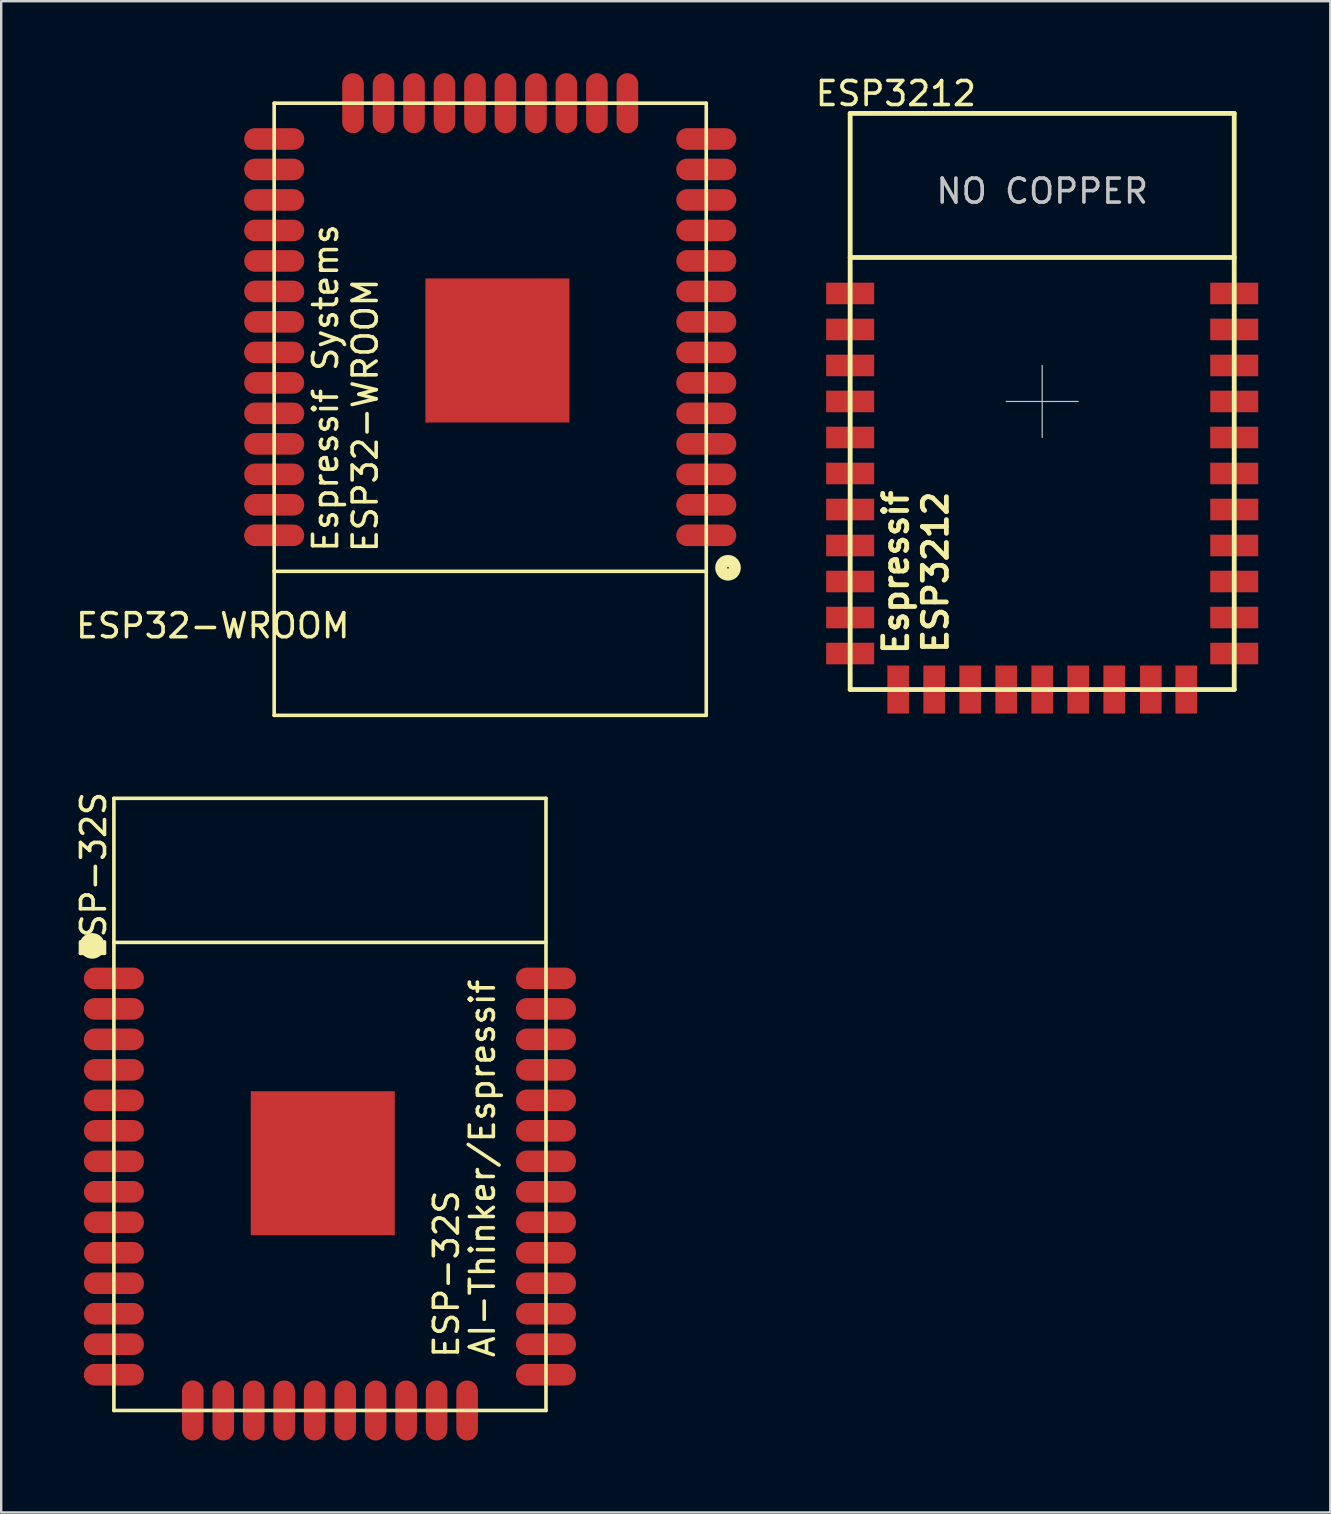
<source format=kicad_pcb>
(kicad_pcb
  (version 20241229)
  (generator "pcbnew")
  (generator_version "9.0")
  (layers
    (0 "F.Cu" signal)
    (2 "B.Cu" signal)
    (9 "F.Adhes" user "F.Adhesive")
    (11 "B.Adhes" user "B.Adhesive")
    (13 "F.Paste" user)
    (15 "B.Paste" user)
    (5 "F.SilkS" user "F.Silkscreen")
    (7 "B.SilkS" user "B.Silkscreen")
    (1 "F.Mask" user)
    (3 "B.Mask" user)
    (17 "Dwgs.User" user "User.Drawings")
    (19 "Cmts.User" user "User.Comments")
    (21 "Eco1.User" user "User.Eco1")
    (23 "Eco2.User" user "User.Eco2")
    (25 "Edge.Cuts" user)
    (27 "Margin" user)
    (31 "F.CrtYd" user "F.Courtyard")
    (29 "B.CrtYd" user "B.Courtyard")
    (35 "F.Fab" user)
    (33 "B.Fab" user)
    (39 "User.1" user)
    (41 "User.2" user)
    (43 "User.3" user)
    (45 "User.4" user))
  (footprint "ESP3212"
    (layer "F.Cu")
    (at 40.367 13.675)
    (property "Reference" "ESP3212" (at -6.096 -12.827 0) (layer "F.SilkS") (effects (font (size 1 1) (thickness 0.15))))
    (attr through_hole)
    (fp_line (start -8 -12) (end 8 -12) (stroke (width 0.2) (type solid)) (layer "F.SilkS"))
    (fp_line (start -8 -6) (end 8 -6) (stroke (width 0.2) (type solid)) (layer "F.SilkS"))
    (fp_line (start -8 12) (end -8 -12) (stroke (width 0.2) (type solid)) (layer "F.SilkS"))
    (fp_line (start 8 -12) (end 8 12) (stroke (width 0.2) (type solid)) (layer "F.SilkS"))
    (fp_line (start 8 12) (end -8 12) (stroke (width 0.2) (type solid)) (layer "F.SilkS"))
    (fp_line (start 0 -1.5) (end 0 1.5) (stroke (width 0.05) (type solid)) (layer "Dwgs.User"))
    (fp_line (start 1.5 0) (end -1.5 0) (stroke (width 0.05) (type solid)) (layer "Dwgs.User"))
    (fp_text user "ESP3212" (at -4.445 7.112 90) (layer "F.SilkS") (effects (font (size 1 1) (thickness 0.2))))
    (fp_text user "Espressif" (at -6.096 7.112 90) (layer "F.SilkS") (effects (font (size 1 1) (thickness 0.2))))
    (fp_text user "NO COPPER" (at 0 -8.763 0) (layer "Dwgs.User") (effects (font (size 1 1) (thickness 0.15))))
    (pad "1" smd rect (at -8 -4.5) (size 2 0.9) (layers "F.Cu" "F.Mask" "F.Paste"))
    (pad "2" smd rect (at -8 -3) (size 2 0.9) (layers "F.Cu" "F.Mask" "F.Paste"))
    (pad "3" smd rect (at -8 -1.5) (size 2 0.9) (layers "F.Cu" "F.Mask" "F.Paste"))
    (pad "4" smd rect (at -8 0) (size 2 0.9) (layers "F.Cu" "F.Mask" "F.Paste"))
    (pad "5" smd rect (at -8 1.5) (size 2 0.9) (layers "F.Cu" "F.Mask" "F.Paste"))
    (pad "6" smd rect (at -8 3) (size 2 0.9) (layers "F.Cu" "F.Mask" "F.Paste"))
    (pad "7" smd rect (at -8 4.5) (size 2 0.9) (layers "F.Cu" "F.Mask" "F.Paste"))
    (pad "8" smd rect (at -8 6) (size 2 0.9) (layers "F.Cu" "F.Mask" "F.Paste"))
    (pad "9" smd rect (at -8 7.5) (size 2 0.9) (layers "F.Cu" "F.Mask" "F.Paste"))
    (pad "10" smd rect (at -8 9) (size 2 0.9) (layers "F.Cu" "F.Mask" "F.Paste"))
    (pad "11" smd rect (at -8 10.5) (size 2 0.9) (layers "F.Cu" "F.Mask" "F.Paste"))
    (pad "12" smd rect (at -6 12) (size 0.9 2) (layers "F.Cu" "F.Mask" "F.Paste"))
    (pad "13" smd rect (at -4.5 12) (size 0.9 2) (layers "F.Cu" "F.Mask" "F.Paste"))
    (pad "14" smd rect (at -3 12) (size 0.9 2) (layers "F.Cu" "F.Mask" "F.Paste"))
    (pad "15" smd rect (at -1.5 12) (size 0.9 2) (layers "F.Cu" "F.Mask" "F.Paste"))
    (pad "16" smd rect (at 0 12) (size 0.9 2) (layers "F.Cu" "F.Mask" "F.Paste"))
    (pad "17" smd rect (at 1.5 12) (size 0.9 2) (layers "F.Cu" "F.Mask" "F.Paste"))
    (pad "18" smd rect (at 3 12) (size 0.9 2) (layers "F.Cu" "F.Mask" "F.Paste"))
    (pad "19" smd rect (at 4.524 12) (size 0.9 2) (layers "F.Cu" "F.Mask" "F.Paste"))
    (pad "20" smd rect (at 6 12) (size 0.9 2) (layers "F.Cu" "F.Mask" "F.Paste"))
    (pad "21" smd rect (at 8 10.5) (size 2 0.9) (layers "F.Cu" "F.Mask" "F.Paste"))
    (pad "22" smd rect (at 8 9) (size 2 0.9) (layers "F.Cu" "F.Mask" "F.Paste"))
    (pad "23" smd rect (at 8 7.5) (size 2 0.9) (layers "F.Cu" "F.Mask" "F.Paste"))
    (pad "24" smd rect (at 8 6) (size 2 0.9) (layers "F.Cu" "F.Mask" "F.Paste"))
    (pad "25" smd rect (at 8.001 4.5) (size 2 0.9) (layers "F.Cu" "F.Mask" "F.Paste"))
    (pad "26" smd rect (at 8 3) (size 2 0.9) (layers "F.Cu" "F.Mask" "F.Paste"))
    (pad "27" smd rect (at 8 1.5) (size 2 0.9) (layers "F.Cu" "F.Mask" "F.Paste"))
    (pad "28" smd rect (at 8 0) (size 2 0.9) (layers "F.Cu" "F.Mask" "F.Paste"))
    (pad "29" smd rect (at 8 -1.5) (size 2 0.9) (layers "F.Cu" "F.Mask" "F.Paste"))
    (pad "30" smd rect (at 8 -3) (size 2 0.9) (layers "F.Cu" "F.Mask" "F.Paste"))
    (pad "31" smd rect (at 8 -4.5) (size 2 0.9) (layers "F.Cu" "F.Mask" "F.Paste")))
  (footprint "ESP32-WROOM"
    (layer "F.Cu")
    (at 17.372 14)
    (property "Reference" "ESP32-WROOM" (at -11.557 9.017 0) (layer "F.SilkS") (effects (font (size 1 1) (thickness 0.15))))
    (attr through_hole)
    (fp_line (start -9 -12.75) (end 9 -12.75) (stroke (width 0.15) (type solid)) (layer "F.SilkS"))
    (fp_line (start -9 6.75) (end 9 6.75) (stroke (width 0.15) (type solid)) (layer "F.SilkS"))
    (fp_line (start -9 12.75) (end -9 -12.75) (stroke (width 0.15) (type solid)) (layer "F.SilkS"))
    (fp_line (start -9 12.75) (end 9 12.75) (stroke (width 0.15) (type solid)) (layer "F.SilkS"))
    (fp_line (start 9 12.75) (end 9 -12.75) (stroke (width 0.15) (type solid)) (layer "F.SilkS"))
    (fp_circle (center 9.906 6.604) (end 10.033 6.858) (stroke (width 0.5) (type solid)) (fill no) (layer "F.SilkS"))
    (fp_text user "Espressif Systems" (at -6.858 -0.889 90) (layer "F.SilkS") (effects (font (size 1 1) (thickness 0.15))))
    (fp_text user "ESP32-WROOM" (at -5.207 0.254 90) (layer "F.SilkS") (effects (font (size 1 1) (thickness 0.15))))
    (pad "1" smd oval (at 9 5.25) (size 2.5 0.9) (layers "F.Cu" "F.Mask" "F.Paste"))
    (pad "2" smd oval (at 9 3.98) (size 2.5 0.9) (layers "F.Cu" "F.Mask" "F.Paste"))
    (pad "3" smd oval (at 9 2.71) (size 2.5 0.9) (layers "F.Cu" "F.Mask" "F.Paste"))
    (pad "4" smd oval (at 9 1.44) (size 2.5 0.9) (layers "F.Cu" "F.Mask" "F.Paste"))
    (pad "5" smd oval (at 9 0.17) (size 2.5 0.9) (layers "F.Cu" "F.Mask" "F.Paste"))
    (pad "6" smd oval (at 9 -1.1) (size 2.5 0.9) (layers "F.Cu" "F.Mask" "F.Paste"))
    (pad "7" smd oval (at 9 -2.37) (size 2.5 0.9) (layers "F.Cu" "F.Mask" "F.Paste"))
    (pad "8" smd oval (at 9 -3.64) (size 2.5 0.9) (layers "F.Cu" "F.Mask" "F.Paste"))
    (pad "9" smd oval (at 9 -4.91) (size 2.5 0.9) (layers "F.Cu" "F.Mask" "F.Paste"))
    (pad "10" smd oval (at 9 -6.18) (size 2.5 0.9) (layers "F.Cu" "F.Mask" "F.Paste"))
    (pad "11" smd oval (at 9 -7.45) (size 2.5 0.9) (layers "F.Cu" "F.Mask" "F.Paste"))
    (pad "12" smd oval (at 9 -8.72) (size 2.5 0.9) (layers "F.Cu" "F.Mask" "F.Paste"))
    (pad "13" smd oval (at 9 -9.99) (size 2.5 0.9) (layers "F.Cu" "F.Mask" "F.Paste"))
    (pad "14" smd oval (at 9 -11.26) (size 2.5 0.9) (layers "F.Cu" "F.Mask" "F.Paste"))
    (pad "15" smd oval (at 5.715 -12.75) (size 0.9 2.5) (layers "F.Cu" "F.Mask" "F.Paste"))
    (pad "16" smd oval (at 4.445 -12.75) (size 0.9 2.5) (layers "F.Cu" "F.Mask" "F.Paste"))
    (pad "17" smd oval (at 3.175 -12.75) (size 0.9 2.5) (layers "F.Cu" "F.Mask" "F.Paste"))
    (pad "18" smd oval (at 1.905 -12.75) (size 0.9 2.5) (layers "F.Cu" "F.Mask" "F.Paste"))
    (pad "19" smd oval (at 0.635 -12.75) (size 0.9 2.5) (layers "F.Cu" "F.Mask" "F.Paste"))
    (pad "20" smd oval (at -0.635 -12.75) (size 0.9 2.5) (layers "F.Cu" "F.Mask" "F.Paste"))
    (pad "21" smd oval (at -1.905 -12.75) (size 0.9 2.5) (layers "F.Cu" "F.Mask" "F.Paste"))
    (pad "22" smd oval (at -3.175 -12.75) (size 0.9 2.5) (layers "F.Cu" "F.Mask" "F.Paste"))
    (pad "23" smd oval (at -4.445 -12.75) (size 0.9 2.5) (layers "F.Cu" "F.Mask" "F.Paste"))
    (pad "24" smd oval (at -5.715 -12.75) (size 0.9 2.5) (layers "F.Cu" "F.Mask" "F.Paste"))
    (pad "25" smd oval (at -9 -11.26) (size 2.5 0.9) (layers "F.Cu" "F.Mask" "F.Paste"))
    (pad "26" smd oval (at -9 -9.99) (size 2.5 0.9) (layers "F.Cu" "F.Mask" "F.Paste"))
    (pad "27" smd oval (at -9 -8.72) (size 2.5 0.9) (layers "F.Cu" "F.Mask" "F.Paste"))
    (pad "28" smd oval (at -9 -7.45) (size 2.5 0.9) (layers "F.Cu" "F.Mask" "F.Paste"))
    (pad "29" smd oval (at -9 -6.18) (size 2.5 0.9) (layers "F.Cu" "F.Mask" "F.Paste"))
    (pad "30" smd oval (at -9 -4.91) (size 2.5 0.9) (layers "F.Cu" "F.Mask" "F.Paste"))
    (pad "31" smd oval (at -9 -3.64) (size 2.5 0.9) (layers "F.Cu" "F.Mask" "F.Paste"))
    (pad "32" smd oval (at -9 -2.37) (size 2.5 0.9) (layers "F.Cu" "F.Mask" "F.Paste"))
    (pad "33" smd oval (at -9 -1.1) (size 2.5 0.9) (layers "F.Cu" "F.Mask" "F.Paste"))
    (pad "34" smd oval (at -9 0.17) (size 2.5 0.9) (layers "F.Cu" "F.Mask" "F.Paste"))
    (pad "35" smd oval (at -9 1.44) (size 2.5 0.9) (layers "F.Cu" "F.Mask" "F.Paste"))
    (pad "36" smd oval (at -9 2.71) (size 2.5 0.9) (layers "F.Cu" "F.Mask" "F.Paste"))
    (pad "37" smd oval (at -9 3.98) (size 2.5 0.9) (layers "F.Cu" "F.Mask" "F.Paste"))
    (pad "38" smd oval (at -9 5.25) (size 2.5 0.9) (layers "F.Cu" "F.Mask" "F.Paste"))
    (pad "39" smd rect (at 0.3 -2.45) (size 6 6) (layers "F.Cu" "F.Mask" "F.Paste")))
  (footprint "ESP-32S"
    (layer "F.Cu")
    (at 10.748 47.226)
    (property "Reference" "ESP-32S" (at -9.9 -13.8 270) (layer "F.SilkS") (effects (font (size 1 1) (thickness 0.15))))
    (attr through_hole)
    (fp_line (start -9.053 -17.017) (end -9.053 8.483) (stroke (width 0.15) (type solid)) (layer "F.SilkS"))
    (fp_line (start 8.947 -17.017) (end -9.053 -17.017) (stroke (width 0.15) (type solid)) (layer "F.SilkS"))
    (fp_line (start 8.947 -17.017) (end 8.947 8.483) (stroke (width 0.15) (type solid)) (layer "F.SilkS"))
    (fp_line (start 8.947 -11.017) (end -9.053 -11.017) (stroke (width 0.15) (type solid)) (layer "F.SilkS"))
    (fp_line (start 8.947 8.483) (end -9.053 8.483) (stroke (width 0.15) (type solid)) (layer "F.SilkS"))
    (fp_circle (center -9.959 -10.871) (end -10.086 -11.125) (stroke (width 0.5) (type solid)) (fill no) (layer "F.SilkS"))
    (fp_text user "ESP-32S" (at 4.8 2.8 90) (layer "F.SilkS") (effects (font (size 1 1) (thickness 0.15))))
    (fp_text user "AI-Thinker/Espressif" (at 6.3 -1.6 90) (layer "F.SilkS") (effects (font (size 1 1) (thickness 0.15))))
    (pad "1" smd oval (at -9.053 -9.517 180) (size 2.5 0.9) (layers "F.Cu" "F.Mask" "F.Paste"))
    (pad "2" smd oval (at -9.053 -8.247 180) (size 2.5 0.9) (layers "F.Cu" "F.Mask" "F.Paste"))
    (pad "3" smd oval (at -9.053 -6.977 180) (size 2.5 0.9) (layers "F.Cu" "F.Mask" "F.Paste"))
    (pad "4" smd oval (at -9.053 -5.707 180) (size 2.5 0.9) (layers "F.Cu" "F.Mask" "F.Paste"))
    (pad "5" smd oval (at -9.053 -4.437 180) (size 2.5 0.9) (layers "F.Cu" "F.Mask" "F.Paste"))
    (pad "6" smd oval (at -9.053 -3.167 180) (size 2.5 0.9) (layers "F.Cu" "F.Mask" "F.Paste"))
    (pad "7" smd oval (at -9.053 -1.897 180) (size 2.5 0.9) (layers "F.Cu" "F.Mask" "F.Paste"))
    (pad "8" smd oval (at -9.053 -0.627 180) (size 2.5 0.9) (layers "F.Cu" "F.Mask" "F.Paste"))
    (pad "9" smd oval (at -9.053 0.643 180) (size 2.5 0.9) (layers "F.Cu" "F.Mask" "F.Paste"))
    (pad "10" smd oval (at -9.053 1.913 180) (size 2.5 0.9) (layers "F.Cu" "F.Mask" "F.Paste"))
    (pad "11" smd oval (at -9.053 3.183 180) (size 2.5 0.9) (layers "F.Cu" "F.Mask" "F.Paste"))
    (pad "12" smd oval (at -9.053 4.453 180) (size 2.5 0.9) (layers "F.Cu" "F.Mask" "F.Paste"))
    (pad "13" smd oval (at -9.053 5.723 180) (size 2.5 0.9) (layers "F.Cu" "F.Mask" "F.Paste"))
    (pad "14" smd oval (at -9.053 6.993 180) (size 2.5 0.9) (layers "F.Cu" "F.Mask" "F.Paste"))
    (pad "15" smd oval (at -5.768 8.483 180) (size 0.9 2.5) (layers "F.Cu" "F.Mask" "F.Paste"))
    (pad "16" smd oval (at -4.498 8.483 180) (size 0.9 2.5) (layers "F.Cu" "F.Mask" "F.Paste"))
    (pad "17" smd oval (at -3.228 8.483 180) (size 0.9 2.5) (layers "F.Cu" "F.Mask" "F.Paste"))
    (pad "18" smd oval (at -1.958 8.483 180) (size 0.9 2.5) (layers "F.Cu" "F.Mask" "F.Paste"))
    (pad "19" smd oval (at -0.688 8.483 180) (size 0.9 2.5) (layers "F.Cu" "F.Mask" "F.Paste"))
    (pad "20" smd oval (at 0.582 8.483 180) (size 0.9 2.5) (layers "F.Cu" "F.Mask" "F.Paste"))
    (pad "21" smd oval (at 1.852 8.483 180) (size 0.9 2.5) (layers "F.Cu" "F.Mask" "F.Paste"))
    (pad "22" smd oval (at 3.122 8.483 180) (size 0.9 2.5) (layers "F.Cu" "F.Mask" "F.Paste"))
    (pad "23" smd oval (at 4.392 8.483 180) (size 0.9 2.5) (layers "F.Cu" "F.Mask" "F.Paste"))
    (pad "24" smd oval (at 5.662 8.483 180) (size 0.9 2.5) (layers "F.Cu" "F.Mask" "F.Paste"))
    (pad "25" smd oval (at 8.947 6.993 180) (size 2.5 0.9) (layers "F.Cu" "F.Mask" "F.Paste"))
    (pad "26" smd oval (at 8.947 5.723 180) (size 2.5 0.9) (layers "F.Cu" "F.Mask" "F.Paste"))
    (pad "27" smd oval (at 8.947 4.453 180) (size 2.5 0.9) (layers "F.Cu" "F.Mask" "F.Paste"))
    (pad "28" smd oval (at 8.947 3.183 180) (size 2.5 0.9) (layers "F.Cu" "F.Mask" "F.Paste"))
    (pad "29" smd oval (at 8.947 1.913 180) (size 2.5 0.9) (layers "F.Cu" "F.Mask" "F.Paste"))
    (pad "30" smd oval (at 8.947 0.643 180) (size 2.5 0.9) (layers "F.Cu" "F.Mask" "F.Paste"))
    (pad "31" smd oval (at 8.947 -0.627 180) (size 2.5 0.9) (layers "F.Cu" "F.Mask" "F.Paste"))
    (pad "32" smd oval (at 8.947 -1.897 180) (size 2.5 0.9) (layers "F.Cu" "F.Mask" "F.Paste"))
    (pad "33" smd oval (at 8.947 -3.167 180) (size 2.5 0.9) (layers "F.Cu" "F.Mask" "F.Paste"))
    (pad "34" smd oval (at 8.947 -4.437 180) (size 2.5 0.9) (layers "F.Cu" "F.Mask" "F.Paste"))
    (pad "35" smd oval (at 8.947 -5.707 180) (size 2.5 0.9) (layers "F.Cu" "F.Mask" "F.Paste"))
    (pad "36" smd oval (at 8.947 -6.977 180) (size 2.5 0.9) (layers "F.Cu" "F.Mask" "F.Paste"))
    (pad "37" smd oval (at 8.947 -8.247 180) (size 2.5 0.9) (layers "F.Cu" "F.Mask" "F.Paste"))
    (pad "38" smd oval (at 8.947 -9.517 180) (size 2.5 0.9) (layers "F.Cu" "F.Mask" "F.Paste"))
    (pad "39" smd rect (at -0.353 -1.817 180) (size 6 6) (layers "F.Cu" "F.Mask" "F.Paste")))
  (gr_rect
    (start -3 -3)
    (end 52.368 59.959)
    (stroke (width 0.1) (type default))
    (fill no)
    (layer "Edge.Cuts")))
</source>
